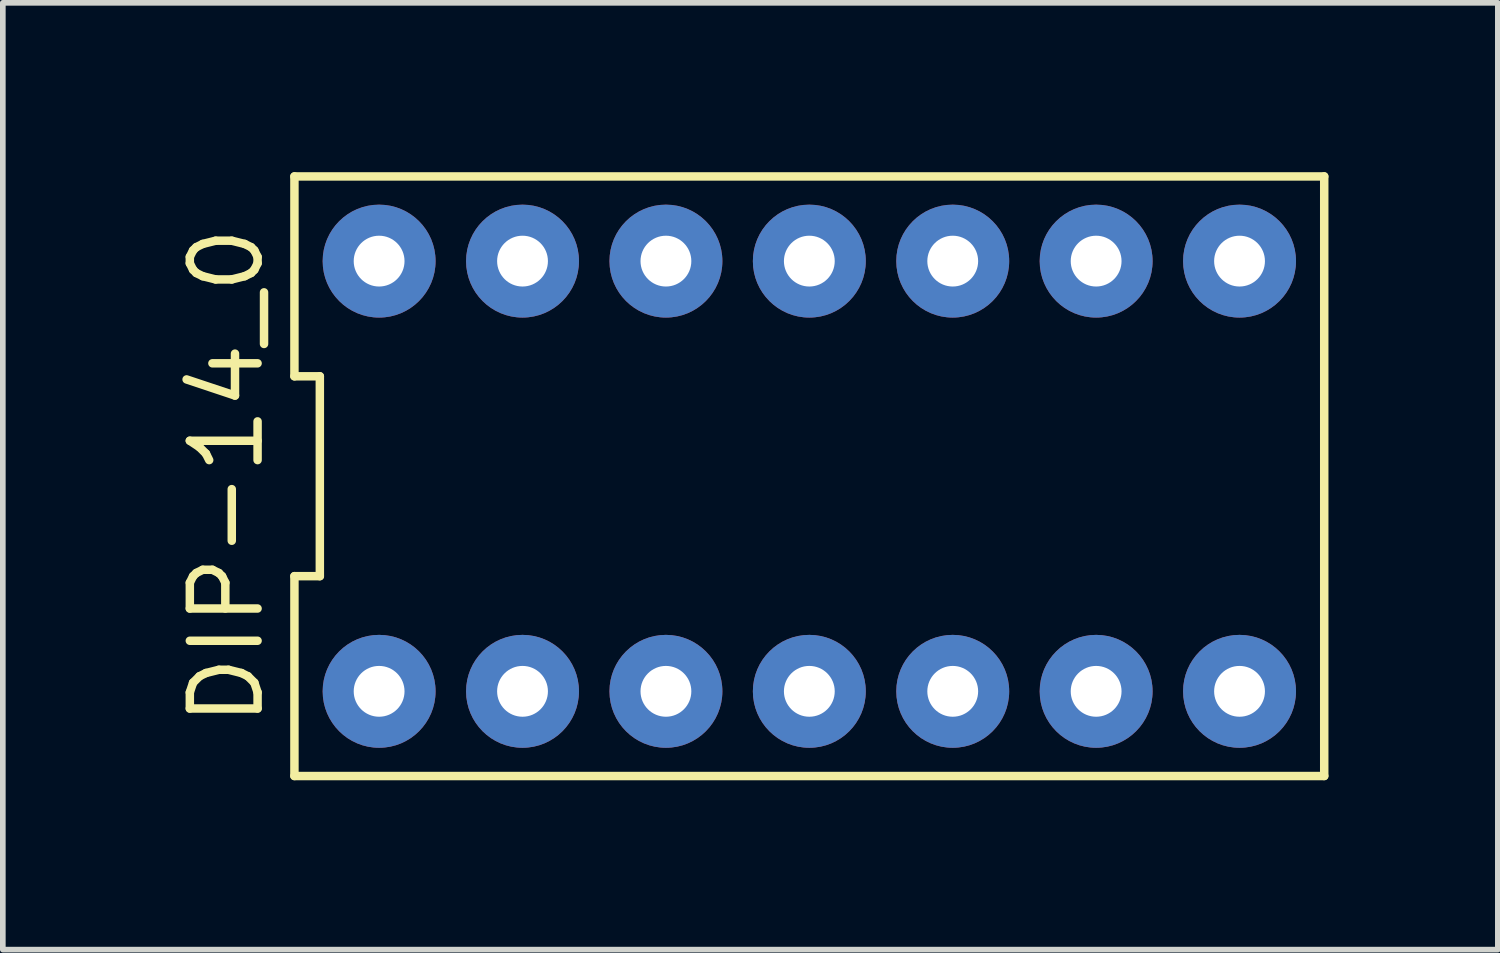
<source format=kicad_pcb>
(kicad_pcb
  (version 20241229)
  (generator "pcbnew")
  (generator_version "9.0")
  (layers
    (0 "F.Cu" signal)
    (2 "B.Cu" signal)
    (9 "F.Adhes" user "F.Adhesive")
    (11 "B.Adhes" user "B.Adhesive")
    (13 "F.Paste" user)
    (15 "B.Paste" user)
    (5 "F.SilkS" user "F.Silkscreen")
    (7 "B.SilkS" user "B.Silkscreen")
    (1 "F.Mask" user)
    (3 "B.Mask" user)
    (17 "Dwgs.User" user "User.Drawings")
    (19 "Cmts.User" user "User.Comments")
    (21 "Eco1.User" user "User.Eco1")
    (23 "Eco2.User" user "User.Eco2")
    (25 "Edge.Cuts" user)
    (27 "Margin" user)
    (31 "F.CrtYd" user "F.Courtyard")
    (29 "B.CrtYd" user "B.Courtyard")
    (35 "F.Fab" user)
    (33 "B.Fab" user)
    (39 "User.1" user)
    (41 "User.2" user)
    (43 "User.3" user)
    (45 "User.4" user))
  (footprint "DIP-14_0"
    (layer "F.Cu")
    (at 11.285 5.385)
    (property "Reference" "DIP-14_0" (at -10.32 0 90) (layer "F.SilkS") (effects (font (size 1.2 1.2) (thickness 0.15))))
    (attr through_hole)
    (fp_line (start -9.12 -5.31) (end -9.12 -1.77) (stroke (width 0.15) (type solid)) (layer "F.SilkS"))
    (fp_line (start -9.12 -1.77) (end -8.67 -1.77) (stroke (width 0.15) (type solid)) (layer "F.SilkS"))
    (fp_line (start -9.12 1.77) (end -9.12 5.31) (stroke (width 0.15) (type solid)) (layer "F.SilkS"))
    (fp_line (start -9.12 5.31) (end 9.12 5.31) (stroke (width 0.15) (type solid)) (layer "F.SilkS"))
    (fp_line (start -8.67 -1.77) (end -8.67 1.77) (stroke (width 0.15) (type solid)) (layer "F.SilkS"))
    (fp_line (start -8.67 1.77) (end -9.12 1.77) (stroke (width 0.15) (type solid)) (layer "F.SilkS"))
    (fp_line (start 9.12 -5.31) (end -9.12 -5.31) (stroke (width 0.15) (type solid)) (layer "F.SilkS"))
    (fp_line (start 9.12 5.31) (end 9.12 -5.31) (stroke (width 0.15) (type solid)) (layer "F.SilkS"))
    (pad "1" thru_hole circle (at -7.62 3.81) (size 2 2) (drill 0.9) (layers "*.Cu" "*.Mask"))
    (pad "2" thru_hole circle (at -5.08 3.81) (size 2 2) (drill 0.9) (layers "*.Cu" "*.Mask"))
    (pad "3" thru_hole circle (at -2.54 3.81) (size 2 2) (drill 0.9) (layers "*.Cu" "*.Mask"))
    (pad "4" thru_hole circle (at 0 3.81) (size 2 2) (drill 0.9) (layers "*.Cu" "*.Mask"))
    (pad "5" thru_hole circle (at 2.54 3.81) (size 2 2) (drill 0.9) (layers "*.Cu" "*.Mask"))
    (pad "6" thru_hole circle (at 5.08 3.81) (size 2 2) (drill 0.9) (layers "*.Cu" "*.Mask"))
    (pad "7" thru_hole circle (at 7.62 3.81) (size 2 2) (drill 0.9) (layers "*.Cu" "*.Mask"))
    (pad "8" thru_hole circle (at 7.62 -3.81) (size 2 2) (drill 0.9) (layers "*.Cu" "*.Mask"))
    (pad "9" thru_hole circle (at 5.08 -3.81) (size 2 2) (drill 0.9) (layers "*.Cu" "*.Mask"))
    (pad "10" thru_hole circle (at 2.54 -3.81) (size 2 2) (drill 0.9) (layers "*.Cu" "*.Mask"))
    (pad "11" thru_hole circle (at 0 -3.81) (size 2 2) (drill 0.9) (layers "*.Cu" "*.Mask"))
    (pad "12" thru_hole circle (at -2.54 -3.81) (size 2 2) (drill 0.9) (layers "*.Cu" "*.Mask"))
    (pad "13" thru_hole circle (at -5.08 -3.81) (size 2 2) (drill 0.9) (layers "*.Cu" "*.Mask"))
    (pad "14" thru_hole circle (at -7.62 -3.81) (size 2 2) (drill 0.9) (layers "*.Cu" "*.Mask")))
  (gr_rect
    (start -3 -3)
    (end 23.48 13.77)
    (stroke (width 0.1) (type default))
    (fill no)
    (layer "Edge.Cuts")))
</source>
